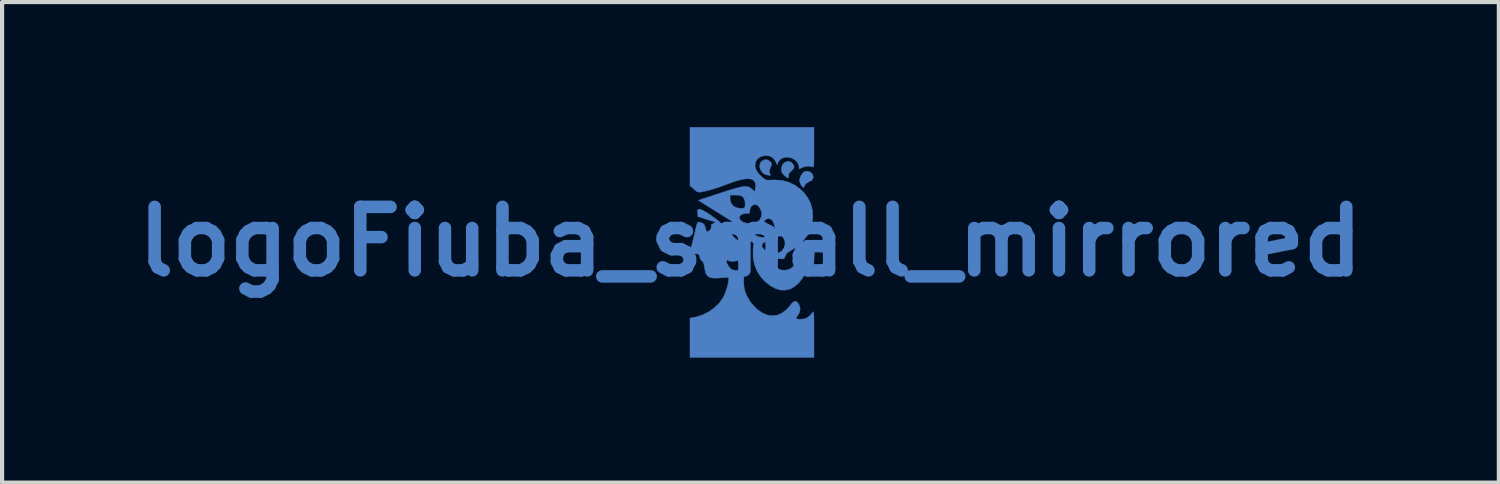
<source format=kicad_pcb>
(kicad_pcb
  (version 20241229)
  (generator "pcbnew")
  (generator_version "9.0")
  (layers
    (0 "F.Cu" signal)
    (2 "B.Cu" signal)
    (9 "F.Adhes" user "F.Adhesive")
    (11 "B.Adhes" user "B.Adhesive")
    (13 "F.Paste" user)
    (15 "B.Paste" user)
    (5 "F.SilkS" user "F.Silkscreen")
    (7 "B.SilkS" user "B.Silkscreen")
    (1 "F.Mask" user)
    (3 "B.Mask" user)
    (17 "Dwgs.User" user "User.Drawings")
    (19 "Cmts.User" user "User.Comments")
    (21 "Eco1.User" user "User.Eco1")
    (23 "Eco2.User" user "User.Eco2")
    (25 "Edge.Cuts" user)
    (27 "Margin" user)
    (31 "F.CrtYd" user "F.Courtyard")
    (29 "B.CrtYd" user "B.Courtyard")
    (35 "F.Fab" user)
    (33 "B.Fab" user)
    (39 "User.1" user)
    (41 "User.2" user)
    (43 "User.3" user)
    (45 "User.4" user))
  (footprint "logoFiuba_small_mirrored"
    (layer "B.Cu")
    (at 14.957 2.748)
    (property "Reference" "logoFiuba_small_mirrored" (at 0 0 0) (layer "B.Cu") (effects (font (size 1.524 1.524) (thickness 0.3))))
    (attr through_hole)
    (fp_poly (pts (xy -1.254 -0.776) (xy -1.266 -0.763) (xy -1.268 -0.731) (xy -1.266 -0.69) (xy -1.261 -0.601) (xy -1.034 -0.529) (xy -0.928 -0.497) (xy -0.842 -0.474) (xy -0.777 -0.46) (xy -0.738 -0.456) (xy -0.728 -0.463) (xy -0.736 -0.471) (xy -0.848 -0.558) (xy -0.954 -0.635) (xy -1.05 -0.698) (xy -1.132 -0.744) (xy -1.195 -0.772) (xy -1.228 -0.779) (xy -1.254 -0.776)) (stroke (width 0.01) (type solid)) (fill yes) (layer "B.Cu"))
    (fp_poly (pts (xy 0.275 -1.935) (xy 0.236 -1.889) (xy 0.221 -1.827) (xy 0.229 -1.76) (xy 0.258 -1.695) (xy 0.307 -1.641) (xy 0.33 -1.626) (xy 0.373 -1.607) (xy 0.418 -1.595) (xy 0.457 -1.591) (xy 0.48 -1.595) (xy 0.479 -1.609) (xy 0.475 -1.612) (xy 0.458 -1.649) (xy 0.456 -1.702) (xy 0.47 -1.757) (xy 0.481 -1.778) (xy 0.505 -1.839) (xy 0.495 -1.892) (xy 0.464 -1.93) (xy 0.403 -1.963) (xy 0.336 -1.963) (xy 0.275 -1.935)) (stroke (width 0.01) (type solid)) (fill yes) (layer "B.Cu"))
    (fp_poly (pts (xy 1.29 -1.677) (xy 1.252 -1.644) (xy 1.216 -1.59) (xy 1.189 -1.528) (xy 1.179 -1.473) (xy 1.191 -1.41) (xy 1.221 -1.347) (xy 1.256 -1.308) (xy 1.275 -1.301) (xy 1.29 -1.319) (xy 1.298 -1.343) (xy 1.322 -1.386) (xy 1.369 -1.42) (xy 1.394 -1.432) (xy 1.457 -1.465) (xy 1.491 -1.498) (xy 1.505 -1.539) (xy 1.506 -1.558) (xy 1.49 -1.616) (xy 1.449 -1.66) (xy 1.391 -1.687) (xy 1.328 -1.69) (xy 1.29 -1.677)) (stroke (width 0.01) (type solid)) (fill yes) (layer "B.Cu"))
    (fp_poly (pts (xy 0.884 -1.924) (xy 0.813 -1.896) (xy 0.766 -1.844) (xy 0.745 -1.769) (xy 0.744 -1.741) (xy 0.747 -1.688) (xy 0.76 -1.649) (xy 0.791 -1.612) (xy 0.814 -1.59) (xy 0.868 -1.544) (xy 0.901 -1.526) (xy 0.916 -1.536) (xy 0.914 -1.573) (xy 0.914 -1.574) (xy 0.912 -1.606) (xy 0.925 -1.636) (xy 0.959 -1.674) (xy 0.978 -1.691) (xy 1.029 -1.746) (xy 1.048 -1.793) (xy 1.037 -1.837) (xy 0.997 -1.883) (xy 0.956 -1.916) (xy 0.92 -1.927) (xy 0.884 -1.924)) (stroke (width 0.01) (type solid)) (fill yes) (layer "B.Cu"))
    (fp_poly (pts (xy -1.26 -0.468) (xy -1.272 -0.449) (xy -1.288 -0.404) (xy -1.306 -0.339) (xy -1.322 -0.268) (xy -1.344 -0.17) (xy -1.37 -0.064) (xy -1.396 0.035) (xy -1.409 0.081) (xy -1.432 0.166) (xy -1.441 0.224) (xy -1.434 0.26) (xy -1.409 0.28) (xy -1.365 0.287) (xy -1.335 0.288) (xy -1.268 0.295) (xy -1.23 0.319) (xy -1.216 0.363) (xy -1.216 0.375) (xy -1.204 0.418) (xy -1.182 0.444) (xy -1.147 0.475) (xy -1.123 0.52) (xy -1.107 0.587) (xy -1.099 0.642) (xy -1.08 0.738) (xy -1.046 0.806) (xy -0.993 0.85) (xy -0.918 0.872) (xy -0.815 0.876) (xy -0.772 0.873) (xy -0.671 0.864) (xy -0.601 0.859) (xy -0.556 0.859) (xy -0.532 0.863) (xy -0.521 0.875) (xy -0.52 0.894) (xy -0.523 0.921) (xy -0.523 0.923) (xy -0.538 1.016) (xy -0.568 1.125) (xy -0.608 1.237) (xy -0.655 1.339) (xy -0.666 1.359) (xy -0.75 1.477) (xy -0.863 1.585) (xy -0.995 1.68) (xy -1.14 1.755) (xy -1.289 1.805) (xy -1.338 1.815) (xy -1.451 1.835) (xy -1.451 2.777) (xy 1.524 2.777) (xy 1.524 2.214) (xy 1.524 2.061) (xy 1.524 1.94) (xy 1.523 1.845) (xy 1.522 1.776) (xy 1.519 1.728) (xy 1.516 1.699) (xy 1.512 1.684) (xy 1.506 1.683) (xy 1.498 1.69) (xy 1.49 1.702) (xy 1.424 1.779) (xy 1.347 1.833) (xy 1.319 1.845) (xy 1.268 1.856) (xy 1.208 1.862) (xy 1.152 1.861) (xy 1.11 1.854) (xy 1.098 1.846) (xy 1.101 1.823) (xy 1.122 1.787) (xy 1.135 1.77) (xy 1.181 1.689) (xy 1.192 1.603) (xy 1.168 1.519) (xy 1.157 1.499) (xy 1.117 1.449) (xy 1.079 1.43) (xy 1.037 1.442) (xy 0.989 1.486) (xy 0.959 1.524) (xy 0.859 1.638) (xy 0.752 1.718) (xy 0.639 1.766) (xy 0.521 1.78) (xy 0.401 1.761) (xy 0.28 1.708) (xy 0.159 1.622) (xy 0.12 1.587) (xy -0.001 1.449) (xy -0.092 1.296) (xy -0.134 1.186) (xy -0.153 1.099) (xy -0.162 0.994) (xy -0.16 0.886) (xy -0.149 0.787) (xy -0.136 0.735) (xy -0.121 0.687) (xy -0.111 0.655) (xy -0.109 0.648) (xy -0.123 0.642) (xy -0.159 0.646) (xy -0.201 0.655) (xy -0.236 0.669) (xy -0.308 0.691) (xy -0.385 0.689) (xy -0.453 0.664) (xy -0.461 0.659) (xy -0.5 0.62) (xy -0.539 0.567) (xy -0.568 0.512) (xy -0.581 0.468) (xy -0.581 0.466) (xy -0.568 0.445) (xy -0.54 0.442) (xy -0.516 0.459) (xy -0.49 0.47) (xy -0.434 0.472) (xy -0.398 0.471) (xy -0.312 0.458) (xy -0.251 0.429) (xy -0.205 0.376) (xy -0.179 0.33) (xy -0.15 0.236) (xy -0.156 0.148) (xy -0.197 0.067) (xy -0.272 -0.006) (xy -0.31 -0.031) (xy -0.384 -0.09) (xy -0.439 -0.159) (xy -0.468 -0.231) (xy -0.472 -0.261) (xy -0.488 -0.307) (xy -0.515 -0.33) (xy -0.56 -0.349) (xy -0.631 -0.369) (xy -0.714 -0.387) (xy -0.797 -0.4) (xy -0.869 -0.406) (xy -0.88 -0.406) (xy -0.953 -0.406) (xy -0.889 -0.368) (xy -0.826 -0.33) (xy -0.879 -0.324) (xy -0.931 -0.308) (xy -0.974 -0.278) (xy -1.007 -0.25) (xy -1.033 -0.237) (xy -1.034 -0.237) (xy -1.047 -0.24) (xy -1.057 -0.252) (xy -1.068 -0.281) (xy -1.084 -0.335) (xy -1.089 -0.353) (xy -1.108 -0.403) (xy -1.137 -0.434) (xy -1.173 -0.451) (xy -1.221 -0.466) (xy -1.256 -0.469) (xy -1.26 -0.468)) (stroke (width 0.01) (type solid)) (fill yes) (layer "B.Cu"))
    (fp_poly (pts (xy -1.451 -1.342) (xy -1.359 -1.262) (xy -1.31 -1.22) (xy -1.275 -1.197) (xy -1.243 -1.188) (xy -1.202 -1.189) (xy -1.173 -1.193) (xy -1.097 -1.207) (xy -0.996 -1.233) (xy -0.877 -1.268) (xy -0.748 -1.31) (xy -0.618 -1.357) (xy -0.537 -1.388) (xy -0.363 -1.451) (xy -0.215 -1.491) (xy -0.094 -1.509) (xy 0.000159 -1.504) (xy 0.068 -1.476) (xy 0.11 -1.425) (xy 0.126 -1.351) (xy 0.116 -1.255) (xy 0.104 -1.202) (xy 0.034 -1.261) (xy -0.002 -1.289) (xy -0.038 -1.309) (xy -0.078 -1.321) (xy -0.127 -1.324) (xy -0.187 -1.318) (xy -0.264 -1.303) (xy -0.36 -1.278) (xy -0.48 -1.243) (xy -0.628 -1.196) (xy -0.748 -1.157) (xy -0.875 -1.115) (xy -0.99 -1.077) (xy -1.089 -1.044) (xy -1.167 -1.018) (xy -1.221 -0.999) (xy -1.246 -0.99) (xy -1.247 -0.989) (xy -1.231 -0.98) (xy -1.189 -0.953) (xy -1.124 -0.912) (xy -1.038 -0.859) (xy -0.937 -0.796) (xy -0.823 -0.725) (xy -0.726 -0.665) (xy -0.601 -0.587) (xy -0.483 -0.512) (xy -0.377 -0.443) (xy -0.286 -0.382) (xy -0.215 -0.333) (xy -0.168 -0.298) (xy -0.151 -0.283) (xy -0.112 -0.23) (xy -0.085 -0.173) (xy -0.081 -0.157) (xy -0.054 -0.075) (xy -0.007 -0.019) (xy 0.031 0.003) (xy 0.065 0.023) (xy 0.078 0.038) (xy 0.078 0.038) (xy 0.076 0.06) (xy 0.071 0.107) (xy 0.065 0.17) (xy 0.063 0.193) (xy 0.063 0.375) (xy 0.096 0.548) (xy 0.16 0.709) (xy 0.254 0.854) (xy 0.343 0.949) (xy 0.472 1.054) (xy 0.598 1.124) (xy 0.721 1.161) (xy 0.842 1.164) (xy 0.959 1.133) (xy 0.971 1.128) (xy 1.064 1.073) (xy 1.155 0.993) (xy 1.236 0.895) (xy 1.288 0.81) (xy 1.333 0.738) (xy 1.39 0.663) (xy 1.433 0.618) (xy 1.521 0.533) (xy 1.53 0.309) (xy 1.534 0.201) (xy 1.535 0.123) (xy 1.532 0.072) (xy 1.523 0.045) (xy 1.508 0.038) (xy 1.483 0.049) (xy 1.449 0.074) (xy 1.436 0.084) (xy 1.378 0.129) (xy 1.307 0.184) (xy 1.239 0.236) (xy 1.238 0.236) (xy 1.163 0.299) (xy 1.112 0.354) (xy 1.081 0.411) (xy 1.063 0.479) (xy 1.062 0.49) (xy 1.05 0.542) (xy 1.034 0.585) (xy 1.03 0.593) (xy 0.979 0.639) (xy 0.907 0.671) (xy 0.824 0.686) (xy 0.742 0.681) (xy 0.689 0.664) (xy 0.631 0.62) (xy 0.582 0.558) (xy 0.551 0.49) (xy 0.545 0.451) (xy 0.544 0.402) (xy 0.68 0.41) (xy 0.75 0.413) (xy 0.791 0.412) (xy 0.811 0.406) (xy 0.816 0.392) (xy 0.816 0.388) (xy 0.825 0.357) (xy 0.835 0.347) (xy 0.85 0.323) (xy 0.853 0.306) (xy 0.87 0.279) (xy 0.919 0.242) (xy 0.975 0.21) (xy 1.128 0.11) (xy 1.168 0.072) (xy 0.828 0.072) (xy 0.8 0.157) (xy 0.746 0.229) (xy 0.673 0.272) (xy 0.581 0.286) (xy 0.472 0.271) (xy 0.468 0.27) (xy 0.408 0.245) (xy 0.35 0.207) (xy 0.302 0.161) (xy 0.275 0.118) (xy 0.272 0.101) (xy 0.288 0.05) (xy 0.329 0.015) (xy 0.39 0.000063) (xy 0.464 0.006) (xy 0.496 0.016) (xy 0.53 0.023) (xy 0.546 0.008) (xy 0.551 -0.007) (xy 0.58 -0.068) (xy 0.625 -0.111) (xy 0.678 -0.134) (xy 0.732 -0.134) (xy 0.778 -0.109) (xy 0.79 -0.094) (xy 0.825 -0.015) (xy 0.828 0.072) (xy 1.168 0.072) (xy 1.255 -0.008) (xy 1.356 -0.142) (xy 1.431 -0.286) (xy 1.44 -0.315) (xy 0.581 -0.315) (xy 0.569 -0.245) (xy 0.541 -0.195) (xy 0.476 -0.143) (xy 0.39 -0.111) (xy 0.294 -0.102) (xy 0.198 -0.117) (xy 0.175 -0.125) (xy 0.128 -0.151) (xy 0.083 -0.188) (xy 0.049 -0.227) (xy 0.036 -0.257) (xy 0.048 -0.278) (xy 0.077 -0.31) (xy 0.081 -0.314) (xy 0.125 -0.344) (xy 0.181 -0.355) (xy 0.206 -0.356) (xy 0.255 -0.357) (xy 0.281 -0.368) (xy 0.296 -0.396) (xy 0.306 -0.432) (xy 0.336 -0.499) (xy 0.381 -0.541) (xy 0.435 -0.555) (xy 0.467 -0.549) (xy 0.516 -0.516) (xy 0.553 -0.46) (xy 0.575 -0.39) (xy 0.581 -0.315) (xy 1.44 -0.315) (xy 1.477 -0.438) (xy 1.496 -0.593) (xy 1.492 -0.663) (xy 0.272 -0.663) (xy 0.259 -0.594) (xy 0.226 -0.528) (xy 0.192 -0.492) (xy 0.113 -0.451) (xy 0.018 -0.433) (xy -0.081 -0.437) (xy -0.173 -0.465) (xy -0.193 -0.476) (xy -0.246 -0.52) (xy -0.267 -0.567) (xy -0.258 -0.612) (xy -0.221 -0.649) (xy -0.159 -0.672) (xy -0.106 -0.677) (xy -0.053 -0.679) (xy -0.027 -0.686) (xy -0.019 -0.705) (xy -0.018 -0.729) (xy -0.007 -0.799) (xy 0.025 -0.852) (xy 0.07 -0.884) (xy 0.123 -0.89) (xy 0.156 -0.88) (xy 0.197 -0.845) (xy 0.234 -0.789) (xy 0.261 -0.724) (xy 0.272 -0.663) (xy 0.272 -0.663) (xy 1.492 -0.663) (xy 1.487 -0.749) (xy 1.448 -0.9) (xy 1.444 -0.909) (xy -0.127 -0.909) (xy -0.131 -0.846) (xy -0.138 -0.823) (xy -0.164 -0.804) (xy -0.214 -0.797) (xy -0.279 -0.802) (xy -0.344 -0.818) (xy -0.414 -0.857) (xy -0.463 -0.921) (xy -0.488 -1.002) (xy -0.49 -1.035) (xy -0.49 -1.118) (xy -0.371 -1.118) (xy -0.285 -1.114) (xy -0.226 -1.101) (xy -0.186 -1.076) (xy -0.155 -1.035) (xy -0.154 -1.033) (xy -0.135 -0.978) (xy -0.127 -0.909) (xy 1.444 -0.909) (xy 1.38 -1.044) (xy 1.281 -1.177) (xy 1.205 -1.252) (xy 1.068 -1.353) (xy 0.923 -1.424) (xy 0.764 -1.466) (xy 0.588 -1.481) (xy 0.49 -1.478) (xy 0.425 -1.475) (xy 0.382 -1.479) (xy 0.347 -1.494) (xy 0.306 -1.524) (xy 0.292 -1.535) (xy 0.2 -1.622) (xy 0.139 -1.712) (xy 0.111 -1.8) (xy 0.109 -1.828) (xy 0.125 -1.917) (xy 0.17 -1.988) (xy 0.24 -2.038) (xy 0.332 -2.063) (xy 0.375 -2.066) (xy 0.464 -2.054) (xy 0.534 -2.015) (xy 0.589 -1.948) (xy 0.608 -1.913) (xy 0.642 -1.844) (xy 0.661 -1.899) (xy 0.691 -1.948) (xy 0.739 -1.991) (xy 0.744 -1.995) (xy 0.82 -2.025) (xy 0.904 -2.027) (xy 0.987 -2.006) (xy 1.062 -1.966) (xy 1.122 -1.909) (xy 1.158 -1.84) (xy 1.165 -1.795) (xy 1.167 -1.759) (xy 1.169 -1.744) (xy 1.169 -1.744) (xy 1.185 -1.751) (xy 1.223 -1.768) (xy 1.243 -1.778) (xy 1.319 -1.803) (xy 1.399 -1.811) (xy 1.469 -1.802) (xy 1.489 -1.794) (xy 1.499 -1.79) (xy 1.507 -1.792) (xy 1.513 -1.802) (xy 1.518 -1.825) (xy 1.521 -1.864) (xy 1.522 -1.923) (xy 1.524 -2.005) (xy 1.524 -2.114) (xy 1.524 -2.252) (xy 1.524 -2.743) (xy -1.451 -2.743) (xy -1.451 -1.342)) (stroke (width 0.01) (type solid)) (fill yes) (layer "B.Cu")))
  (gr_rect
    (start -3 -3)
    (end 32.914 8.53)
    (stroke (width 0.1) (type default))
    (fill no)
    (layer "Edge.Cuts")))
</source>
